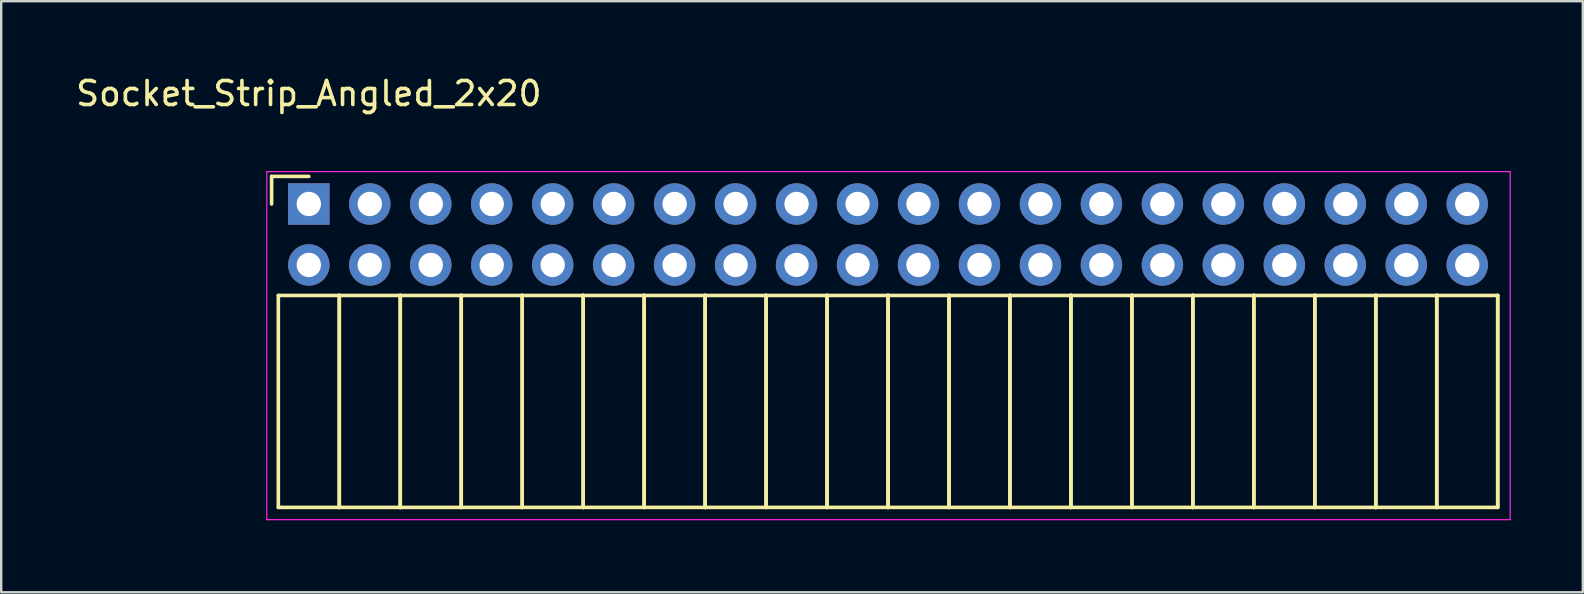
<source format=kicad_pcb>
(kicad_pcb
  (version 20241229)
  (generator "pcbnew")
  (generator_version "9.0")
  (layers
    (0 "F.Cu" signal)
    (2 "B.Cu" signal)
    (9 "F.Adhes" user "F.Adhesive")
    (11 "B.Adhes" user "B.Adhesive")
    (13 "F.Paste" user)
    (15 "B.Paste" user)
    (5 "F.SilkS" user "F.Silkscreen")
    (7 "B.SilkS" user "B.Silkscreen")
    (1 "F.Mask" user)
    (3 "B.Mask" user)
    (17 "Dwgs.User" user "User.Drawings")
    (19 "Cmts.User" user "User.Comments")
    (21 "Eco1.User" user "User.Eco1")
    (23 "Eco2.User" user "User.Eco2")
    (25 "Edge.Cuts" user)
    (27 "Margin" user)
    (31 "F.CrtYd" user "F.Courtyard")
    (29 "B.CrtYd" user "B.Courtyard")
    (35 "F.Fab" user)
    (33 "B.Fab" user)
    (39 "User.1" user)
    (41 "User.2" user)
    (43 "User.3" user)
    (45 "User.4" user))
  (footprint "Socket_Strip_Angled_2x20"
    (layer "F.Cu")
    (at 9.815 5.448)
    (property "Reference" "Socket_Strip_Angled_2x20" (at 0 -4.6 0) (layer "F.SilkS") (effects (font (size 1 1) (thickness 0.15))))
    (attr through_hole)
    (fp_line (start -1.55 -1.15) (end -1.55 0) (stroke (width 0.15) (type solid)) (layer "F.SilkS"))
    (fp_line (start -1.27 3.81) (end -1.27 12.64) (stroke (width 0.15) (type solid)) (layer "F.SilkS"))
    (fp_line (start -1.27 3.81) (end 1.27 3.81) (stroke (width 0.15) (type solid)) (layer "F.SilkS"))
    (fp_line (start -1.27 12.64) (end 1.27 12.64) (stroke (width 0.15) (type solid)) (layer "F.SilkS"))
    (fp_line (start 0 -1.15) (end -1.55 -1.15) (stroke (width 0.15) (type solid)) (layer "F.SilkS"))
    (fp_line (start 1.27 3.81) (end 1.27 12.64) (stroke (width 0.15) (type solid)) (layer "F.SilkS"))
    (fp_line (start 1.27 3.81) (end 3.81 3.81) (stroke (width 0.15) (type solid)) (layer "F.SilkS"))
    (fp_line (start 1.27 12.64) (end 1.27 3.81) (stroke (width 0.15) (type solid)) (layer "F.SilkS"))
    (fp_line (start 1.27 12.64) (end 3.81 12.64) (stroke (width 0.15) (type solid)) (layer "F.SilkS"))
    (fp_line (start 3.81 3.81) (end 3.81 12.64) (stroke (width 0.15) (type solid)) (layer "F.SilkS"))
    (fp_line (start 3.81 3.81) (end 6.35 3.81) (stroke (width 0.15) (type solid)) (layer "F.SilkS"))
    (fp_line (start 3.81 12.64) (end 3.81 3.81) (stroke (width 0.15) (type solid)) (layer "F.SilkS"))
    (fp_line (start 3.81 12.64) (end 6.35 12.64) (stroke (width 0.15) (type solid)) (layer "F.SilkS"))
    (fp_line (start 6.35 3.81) (end 6.35 12.64) (stroke (width 0.15) (type solid)) (layer "F.SilkS"))
    (fp_line (start 6.35 3.81) (end 8.89 3.81) (stroke (width 0.15) (type solid)) (layer "F.SilkS"))
    (fp_line (start 6.35 12.64) (end 6.35 3.81) (stroke (width 0.15) (type solid)) (layer "F.SilkS"))
    (fp_line (start 6.35 12.64) (end 8.89 12.64) (stroke (width 0.15) (type solid)) (layer "F.SilkS"))
    (fp_line (start 8.89 3.81) (end 8.89 12.64) (stroke (width 0.15) (type solid)) (layer "F.SilkS"))
    (fp_line (start 8.89 3.81) (end 11.43 3.81) (stroke (width 0.15) (type solid)) (layer "F.SilkS"))
    (fp_line (start 8.89 12.64) (end 8.89 3.81) (stroke (width 0.15) (type solid)) (layer "F.SilkS"))
    (fp_line (start 8.89 12.64) (end 11.43 12.64) (stroke (width 0.15) (type solid)) (layer "F.SilkS"))
    (fp_line (start 11.43 3.81) (end 11.43 12.64) (stroke (width 0.15) (type solid)) (layer "F.SilkS"))
    (fp_line (start 11.43 3.81) (end 13.97 3.81) (stroke (width 0.15) (type solid)) (layer "F.SilkS"))
    (fp_line (start 11.43 12.64) (end 11.43 3.81) (stroke (width 0.15) (type solid)) (layer "F.SilkS"))
    (fp_line (start 11.43 12.64) (end 13.97 12.64) (stroke (width 0.15) (type solid)) (layer "F.SilkS"))
    (fp_line (start 13.97 3.81) (end 13.97 12.64) (stroke (width 0.15) (type solid)) (layer "F.SilkS"))
    (fp_line (start 13.97 3.81) (end 16.51 3.81) (stroke (width 0.15) (type solid)) (layer "F.SilkS"))
    (fp_line (start 13.97 12.64) (end 13.97 3.81) (stroke (width 0.15) (type solid)) (layer "F.SilkS"))
    (fp_line (start 13.97 12.64) (end 16.51 12.64) (stroke (width 0.15) (type solid)) (layer "F.SilkS"))
    (fp_line (start 16.51 3.81) (end 16.51 12.64) (stroke (width 0.15) (type solid)) (layer "F.SilkS"))
    (fp_line (start 16.51 3.81) (end 19.05 3.81) (stroke (width 0.15) (type solid)) (layer "F.SilkS"))
    (fp_line (start 16.51 12.64) (end 16.51 3.81) (stroke (width 0.15) (type solid)) (layer "F.SilkS"))
    (fp_line (start 16.51 12.64) (end 19.05 12.64) (stroke (width 0.15) (type solid)) (layer "F.SilkS"))
    (fp_line (start 19.05 3.81) (end 19.05 12.64) (stroke (width 0.15) (type solid)) (layer "F.SilkS"))
    (fp_line (start 19.05 3.81) (end 21.59 3.81) (stroke (width 0.15) (type solid)) (layer "F.SilkS"))
    (fp_line (start 19.05 12.64) (end 19.05 3.81) (stroke (width 0.15) (type solid)) (layer "F.SilkS"))
    (fp_line (start 19.05 12.64) (end 21.59 12.64) (stroke (width 0.15) (type solid)) (layer "F.SilkS"))
    (fp_line (start 21.59 3.81) (end 21.59 12.64) (stroke (width 0.15) (type solid)) (layer "F.SilkS"))
    (fp_line (start 21.59 3.81) (end 24.13 3.81) (stroke (width 0.15) (type solid)) (layer "F.SilkS"))
    (fp_line (start 21.59 12.64) (end 21.59 3.81) (stroke (width 0.15) (type solid)) (layer "F.SilkS"))
    (fp_line (start 21.59 12.64) (end 24.13 12.64) (stroke (width 0.15) (type solid)) (layer "F.SilkS"))
    (fp_line (start 24.13 3.81) (end 24.13 12.64) (stroke (width 0.15) (type solid)) (layer "F.SilkS"))
    (fp_line (start 24.13 3.81) (end 26.67 3.81) (stroke (width 0.15) (type solid)) (layer "F.SilkS"))
    (fp_line (start 24.13 12.64) (end 24.13 3.81) (stroke (width 0.15) (type solid)) (layer "F.SilkS"))
    (fp_line (start 24.13 12.64) (end 26.67 12.64) (stroke (width 0.15) (type solid)) (layer "F.SilkS"))
    (fp_line (start 26.67 3.81) (end 26.67 12.64) (stroke (width 0.15) (type solid)) (layer "F.SilkS"))
    (fp_line (start 26.67 3.81) (end 29.21 3.81) (stroke (width 0.15) (type solid)) (layer "F.SilkS"))
    (fp_line (start 26.67 12.64) (end 26.67 3.81) (stroke (width 0.15) (type solid)) (layer "F.SilkS"))
    (fp_line (start 26.67 12.64) (end 29.21 12.64) (stroke (width 0.15) (type solid)) (layer "F.SilkS"))
    (fp_line (start 29.21 3.81) (end 29.21 12.64) (stroke (width 0.15) (type solid)) (layer "F.SilkS"))
    (fp_line (start 29.21 3.81) (end 31.75 3.81) (stroke (width 0.15) (type solid)) (layer "F.SilkS"))
    (fp_line (start 29.21 12.64) (end 29.21 3.81) (stroke (width 0.15) (type solid)) (layer "F.SilkS"))
    (fp_line (start 29.21 12.64) (end 31.75 12.64) (stroke (width 0.15) (type solid)) (layer "F.SilkS"))
    (fp_line (start 31.75 3.81) (end 31.75 12.64) (stroke (width 0.15) (type solid)) (layer "F.SilkS"))
    (fp_line (start 31.75 3.81) (end 34.29 3.81) (stroke (width 0.15) (type solid)) (layer "F.SilkS"))
    (fp_line (start 31.75 12.64) (end 31.75 3.81) (stroke (width 0.15) (type solid)) (layer "F.SilkS"))
    (fp_line (start 31.75 12.64) (end 34.29 12.64) (stroke (width 0.15) (type solid)) (layer "F.SilkS"))
    (fp_line (start 34.29 3.81) (end 34.29 12.64) (stroke (width 0.15) (type solid)) (layer "F.SilkS"))
    (fp_line (start 34.29 3.81) (end 36.83 3.81) (stroke (width 0.15) (type solid)) (layer "F.SilkS"))
    (fp_line (start 34.29 12.64) (end 34.29 3.81) (stroke (width 0.15) (type solid)) (layer "F.SilkS"))
    (fp_line (start 34.29 12.64) (end 36.83 12.64) (stroke (width 0.15) (type solid)) (layer "F.SilkS"))
    (fp_line (start 36.83 3.81) (end 36.83 12.64) (stroke (width 0.15) (type solid)) (layer "F.SilkS"))
    (fp_line (start 36.83 3.81) (end 39.37 3.81) (stroke (width 0.15) (type solid)) (layer "F.SilkS"))
    (fp_line (start 36.83 12.64) (end 36.83 3.81) (stroke (width 0.15) (type solid)) (layer "F.SilkS"))
    (fp_line (start 36.83 12.64) (end 39.37 12.64) (stroke (width 0.15) (type solid)) (layer "F.SilkS"))
    (fp_line (start 39.37 3.81) (end 39.37 12.64) (stroke (width 0.15) (type solid)) (layer "F.SilkS"))
    (fp_line (start 39.37 3.81) (end 41.91 3.81) (stroke (width 0.15) (type solid)) (layer "F.SilkS"))
    (fp_line (start 39.37 12.64) (end 39.37 3.81) (stroke (width 0.15) (type solid)) (layer "F.SilkS"))
    (fp_line (start 39.37 12.64) (end 41.91 12.64) (stroke (width 0.15) (type solid)) (layer "F.SilkS"))
    (fp_line (start 41.91 3.81) (end 41.91 12.64) (stroke (width 0.15) (type solid)) (layer "F.SilkS"))
    (fp_line (start 41.91 3.81) (end 44.45 3.81) (stroke (width 0.15) (type solid)) (layer "F.SilkS"))
    (fp_line (start 41.91 12.64) (end 41.91 3.81) (stroke (width 0.15) (type solid)) (layer "F.SilkS"))
    (fp_line (start 41.91 12.64) (end 44.45 12.64) (stroke (width 0.15) (type solid)) (layer "F.SilkS"))
    (fp_line (start 44.45 3.81) (end 44.45 12.64) (stroke (width 0.15) (type solid)) (layer "F.SilkS"))
    (fp_line (start 44.45 3.81) (end 46.99 3.81) (stroke (width 0.15) (type solid)) (layer "F.SilkS"))
    (fp_line (start 44.45 12.64) (end 44.45 3.81) (stroke (width 0.15) (type solid)) (layer "F.SilkS"))
    (fp_line (start 44.45 12.64) (end 46.99 12.64) (stroke (width 0.15) (type solid)) (layer "F.SilkS"))
    (fp_line (start 46.99 3.81) (end 46.99 12.64) (stroke (width 0.15) (type solid)) (layer "F.SilkS"))
    (fp_line (start 46.99 3.81) (end 49.53 3.81) (stroke (width 0.15) (type solid)) (layer "F.SilkS"))
    (fp_line (start 46.99 12.64) (end 46.99 3.81) (stroke (width 0.15) (type solid)) (layer "F.SilkS"))
    (fp_line (start 46.99 12.64) (end 49.53 12.64) (stroke (width 0.15) (type solid)) (layer "F.SilkS"))
    (fp_line (start 49.53 3.81) (end 49.53 12.64) (stroke (width 0.15) (type solid)) (layer "F.SilkS"))
    (fp_line (start 49.53 12.64) (end 49.53 3.81) (stroke (width 0.15) (type solid)) (layer "F.SilkS"))
    (fp_line (start -1.75 -1.35) (end -1.75 13.15) (stroke (width 0.05) (type solid)) (layer "F.CrtYd"))
    (fp_line (start -1.75 -1.35) (end 50.05 -1.35) (stroke (width 0.05) (type solid)) (layer "F.CrtYd"))
    (fp_line (start -1.75 13.15) (end 50.05 13.15) (stroke (width 0.05) (type solid)) (layer "F.CrtYd"))
    (fp_line (start 50.05 -1.35) (end 50.05 13.15) (stroke (width 0.05) (type solid)) (layer "F.CrtYd"))
    (pad "1" thru_hole rect (at 0 0) (size 1.727 1.727) (drill 1.016) (layers "*.Cu" "*.Mask"))
    (pad "2" thru_hole oval (at 0 2.54) (size 1.727 1.727) (drill 1.016) (layers "*.Cu" "*.Mask"))
    (pad "3" thru_hole oval (at 2.54 0) (size 1.727 1.727) (drill 1.016) (layers "*.Cu" "*.Mask"))
    (pad "4" thru_hole oval (at 2.54 2.54) (size 1.727 1.727) (drill 1.016) (layers "*.Cu" "*.Mask"))
    (pad "5" thru_hole oval (at 5.08 0) (size 1.727 1.727) (drill 1.016) (layers "*.Cu" "*.Mask"))
    (pad "6" thru_hole oval (at 5.08 2.54) (size 1.727 1.727) (drill 1.016) (layers "*.Cu" "*.Mask"))
    (pad "7" thru_hole oval (at 7.62 0) (size 1.727 1.727) (drill 1.016) (layers "*.Cu" "*.Mask"))
    (pad "8" thru_hole oval (at 7.62 2.54) (size 1.727 1.727) (drill 1.016) (layers "*.Cu" "*.Mask"))
    (pad "9" thru_hole oval (at 10.16 0) (size 1.727 1.727) (drill 1.016) (layers "*.Cu" "*.Mask"))
    (pad "10" thru_hole oval (at 10.16 2.54) (size 1.727 1.727) (drill 1.016) (layers "*.Cu" "*.Mask"))
    (pad "11" thru_hole oval (at 12.7 0) (size 1.727 1.727) (drill 1.016) (layers "*.Cu" "*.Mask"))
    (pad "12" thru_hole oval (at 12.7 2.54) (size 1.727 1.727) (drill 1.016) (layers "*.Cu" "*.Mask"))
    (pad "13" thru_hole oval (at 15.24 0) (size 1.727 1.727) (drill 1.016) (layers "*.Cu" "*.Mask"))
    (pad "14" thru_hole oval (at 15.24 2.54) (size 1.727 1.727) (drill 1.016) (layers "*.Cu" "*.Mask"))
    (pad "15" thru_hole oval (at 17.78 0) (size 1.727 1.727) (drill 1.016) (layers "*.Cu" "*.Mask"))
    (pad "16" thru_hole oval (at 17.78 2.54) (size 1.727 1.727) (drill 1.016) (layers "*.Cu" "*.Mask"))
    (pad "17" thru_hole oval (at 20.32 0) (size 1.727 1.727) (drill 1.016) (layers "*.Cu" "*.Mask"))
    (pad "18" thru_hole oval (at 20.32 2.54) (size 1.727 1.727) (drill 1.016) (layers "*.Cu" "*.Mask"))
    (pad "19" thru_hole oval (at 22.86 0) (size 1.727 1.727) (drill 1.016) (layers "*.Cu" "*.Mask"))
    (pad "20" thru_hole oval (at 22.86 2.54) (size 1.727 1.727) (drill 1.016) (layers "*.Cu" "*.Mask"))
    (pad "21" thru_hole oval (at 25.4 0) (size 1.727 1.727) (drill 1.016) (layers "*.Cu" "*.Mask"))
    (pad "22" thru_hole oval (at 25.4 2.54) (size 1.727 1.727) (drill 1.016) (layers "*.Cu" "*.Mask"))
    (pad "23" thru_hole oval (at 27.94 0) (size 1.727 1.727) (drill 1.016) (layers "*.Cu" "*.Mask"))
    (pad "24" thru_hole oval (at 27.94 2.54) (size 1.727 1.727) (drill 1.016) (layers "*.Cu" "*.Mask"))
    (pad "25" thru_hole oval (at 30.48 0) (size 1.727 1.727) (drill 1.016) (layers "*.Cu" "*.Mask"))
    (pad "26" thru_hole oval (at 30.48 2.54) (size 1.727 1.727) (drill 1.016) (layers "*.Cu" "*.Mask"))
    (pad "27" thru_hole oval (at 33.02 0) (size 1.727 1.727) (drill 1.016) (layers "*.Cu" "*.Mask"))
    (pad "28" thru_hole oval (at 33.02 2.54) (size 1.727 1.727) (drill 1.016) (layers "*.Cu" "*.Mask"))
    (pad "29" thru_hole oval (at 35.56 0) (size 1.727 1.727) (drill 1.016) (layers "*.Cu" "*.Mask"))
    (pad "30" thru_hole oval (at 35.56 2.54) (size 1.727 1.727) (drill 1.016) (layers "*.Cu" "*.Mask"))
    (pad "31" thru_hole oval (at 38.1 0) (size 1.727 1.727) (drill 1.016) (layers "*.Cu" "*.Mask"))
    (pad "32" thru_hole oval (at 38.1 2.54) (size 1.727 1.727) (drill 1.016) (layers "*.Cu" "*.Mask"))
    (pad "33" thru_hole oval (at 40.64 0) (size 1.727 1.727) (drill 1.016) (layers "*.Cu" "*.Mask"))
    (pad "34" thru_hole oval (at 40.64 2.54) (size 1.727 1.727) (drill 1.016) (layers "*.Cu" "*.Mask"))
    (pad "35" thru_hole oval (at 43.18 0) (size 1.727 1.727) (drill 1.016) (layers "*.Cu" "*.Mask"))
    (pad "36" thru_hole oval (at 43.18 2.54) (size 1.727 1.727) (drill 1.016) (layers "*.Cu" "*.Mask"))
    (pad "37" thru_hole oval (at 45.72 0) (size 1.727 1.727) (drill 1.016) (layers "*.Cu" "*.Mask"))
    (pad "38" thru_hole oval (at 45.72 2.54) (size 1.727 1.727) (drill 1.016) (layers "*.Cu" "*.Mask"))
    (pad "39" thru_hole oval (at 48.26 0) (size 1.727 1.727) (drill 1.016) (layers "*.Cu" "*.Mask"))
    (pad "40" thru_hole oval (at 48.26 2.54) (size 1.727 1.727) (drill 1.016) (layers "*.Cu" "*.Mask")))
  (gr_rect
    (start -3 -3)
    (end 62.89 21.623)
    (stroke (width 0.1) (type default))
    (fill no)
    (layer "Edge.Cuts")))
</source>
